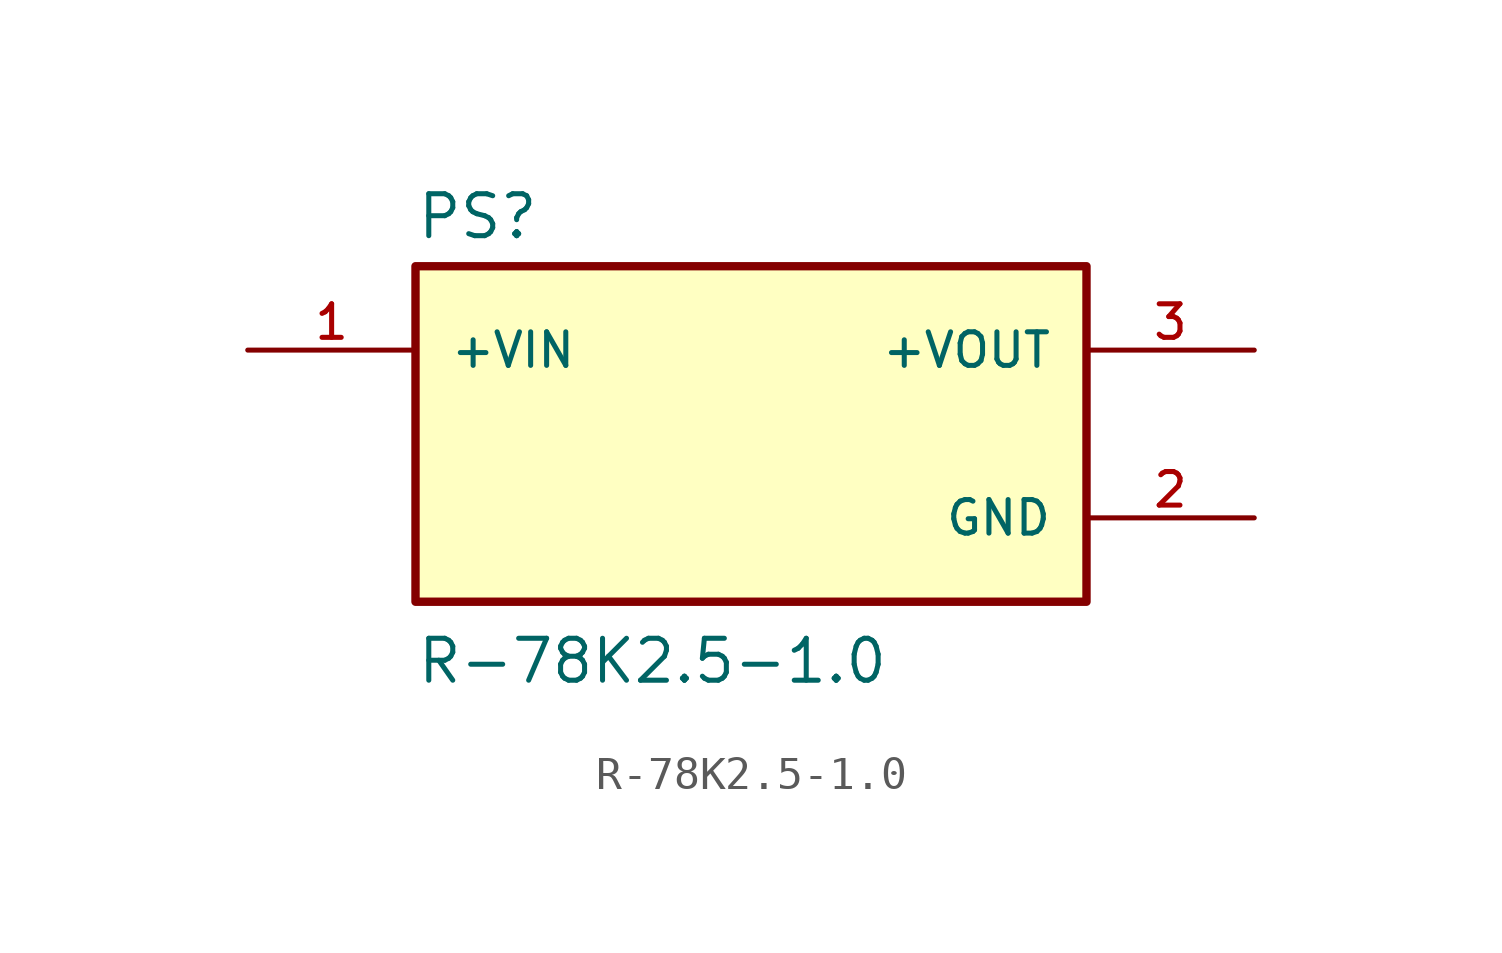
<source format=kicad_sym>
(kicad_symbol_lib
  (version 20211014)
  (generator kicad_symbol_editor)
  (symbol "R-78K2.5-1.0"
    (pin_names
      (offset 1.016))
    (property "Reference" "PS"
      (at -10.16 5.842 0)
      (effects (font (size 1.27 1.27)) (justify bottom left)))
    (property "Value" "R-78K2.5-1.0"
      (at -10.16 -7.62 0)
      (effects (font (size 1.27 1.27)) (justify bottom left)))
    (symbol "R-78K2.5-1.0_0_0"
      (rectangle (start -10.16 -5.08) (end 10.16 5.08) (stroke (width 0.254)) (fill (type background)))
      (pin input line (at -15.24 2.54 0) (length 5.08) (name "+VIN" (effects (font (size 1.016 1.016)))) (number "1" (effects (font (size 1.016 1.016)))))
      (pin power_in line (at 15.24 -2.54 180.0) (length 5.08) (name "GND" (effects (font (size 1.016 1.016)))) (number "2" (effects (font (size 1.016 1.016)))))
      (pin output line (at 15.24 2.54 180.0) (length 5.08) (name "+VOUT" (effects (font (size 1.016 1.016)))) (number "3" (effects (font (size 1.016 1.016))))))))
</source>
